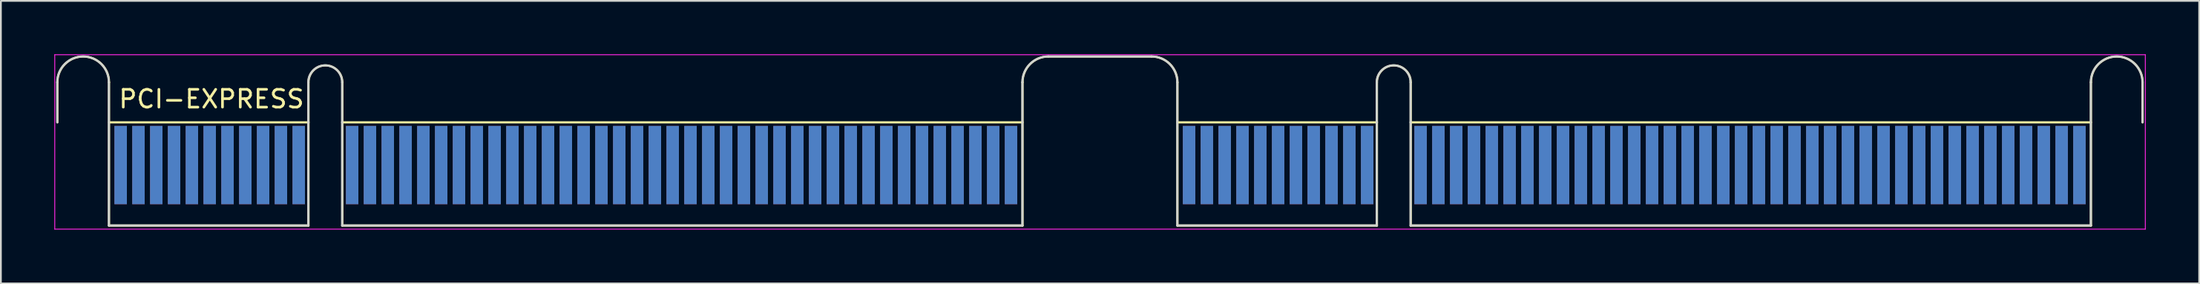
<source format=kicad_pcb>
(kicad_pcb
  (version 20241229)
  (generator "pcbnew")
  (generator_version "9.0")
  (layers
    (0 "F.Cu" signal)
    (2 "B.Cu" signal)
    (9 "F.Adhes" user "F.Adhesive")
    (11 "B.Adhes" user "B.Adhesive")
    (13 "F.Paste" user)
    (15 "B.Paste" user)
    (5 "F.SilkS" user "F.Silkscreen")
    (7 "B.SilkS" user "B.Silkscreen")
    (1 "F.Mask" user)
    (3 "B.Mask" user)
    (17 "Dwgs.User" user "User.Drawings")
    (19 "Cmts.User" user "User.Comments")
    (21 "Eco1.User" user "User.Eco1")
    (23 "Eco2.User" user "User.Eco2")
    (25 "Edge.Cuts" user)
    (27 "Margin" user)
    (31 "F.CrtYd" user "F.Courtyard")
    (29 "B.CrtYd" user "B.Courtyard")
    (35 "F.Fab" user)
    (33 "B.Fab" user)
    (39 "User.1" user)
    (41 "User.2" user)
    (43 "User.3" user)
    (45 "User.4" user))
  (footprint "PCI-EXPRESS"
    (layer "F.Cu")
    (at 15.225 9.625)
    (property "Reference" "PCI-EXPRESS" (at -6.4 -7.11 0) (layer "F.SilkS") (effects (font (size 1 1) (thickness 0.15))))
    (attr through_hole)
    (fp_line (start -15.05 -8.05) (end -15.05 -5.8) (stroke (width 0.12) (type solid)) (layer "F.SilkS"))
    (fp_line (start -12.15 -5.8) (end -0.95 -5.8) (stroke (width 0.12) (type solid)) (layer "F.SilkS"))
    (fp_line (start -12.15 0) (end -12.15 -8.05) (stroke (width 0.12) (type solid)) (layer "F.SilkS"))
    (fp_line (start -0.95 -5.8) (end -0.95 -8.05) (stroke (width 0.12) (type solid)) (layer "F.SilkS"))
    (fp_line (start -0.95 -5.8) (end -0.95 0) (stroke (width 0.12) (type solid)) (layer "F.SilkS"))
    (fp_line (start -0.95 0) (end -12.15 0) (stroke (width 0.12) (type solid)) (layer "F.SilkS"))
    (fp_line (start 0.95 -8.05) (end 0.95 -5.8) (stroke (width 0.12) (type solid)) (layer "F.SilkS"))
    (fp_line (start 0.95 -5.8) (end 0.95 0) (stroke (width 0.12) (type solid)) (layer "F.SilkS"))
    (fp_line (start 0.95 0) (end 39.15 0) (stroke (width 0.12) (type solid)) (layer "F.SilkS"))
    (fp_line (start 39.15 -8.05) (end 39.15 0) (stroke (width 0.12) (type solid)) (layer "F.SilkS"))
    (fp_line (start 39.15 -5.8) (end 0.95 -5.8) (stroke (width 0.12) (type solid)) (layer "F.SilkS"))
    (fp_line (start 40.6 -9.5) (end 46.4 -9.5) (stroke (width 0.12) (type solid)) (layer "F.SilkS"))
    (fp_line (start 47.85 -5.8) (end 59.05 -5.8) (stroke (width 0.12) (type solid)) (layer "F.SilkS"))
    (fp_line (start 47.85 0) (end 47.85 -8.05) (stroke (width 0.12) (type solid)) (layer "F.SilkS"))
    (fp_line (start 59.05 -5.8) (end 59.05 -8.05) (stroke (width 0.12) (type solid)) (layer "F.SilkS"))
    (fp_line (start 59.05 -5.8) (end 59.05 0) (stroke (width 0.12) (type solid)) (layer "F.SilkS"))
    (fp_line (start 59.05 0) (end 47.85 0) (stroke (width 0.12) (type solid)) (layer "F.SilkS"))
    (fp_line (start 60.95 -8.05) (end 60.95 -5.8) (stroke (width 0.12) (type solid)) (layer "F.SilkS"))
    (fp_line (start 60.95 -5.8) (end 60.95 0) (stroke (width 0.12) (type solid)) (layer "F.SilkS"))
    (fp_line (start 60.95 0) (end 99.15 0) (stroke (width 0.12) (type solid)) (layer "F.SilkS"))
    (fp_line (start 99.15 -8.05) (end 99.15 0) (stroke (width 0.12) (type solid)) (layer "F.SilkS"))
    (fp_line (start 99.15 -5.8) (end 60.95 -5.8) (stroke (width 0.12) (type solid)) (layer "F.SilkS"))
    (fp_line (start 102.05 -8.05) (end 102.05 -5.8) (stroke (width 0.12) (type solid)) (layer "F.SilkS"))
    (fp_arc (start -15.05 -8.05) (mid -13.6 -9.5) (end -12.15 -8.05) (stroke (width 0.12) (type solid)) (layer "F.SilkS"))
    (fp_arc (start -0.95 -8.05) (mid 0 -9) (end 0.95 -8.05) (stroke (width 0.12) (type solid)) (layer "F.SilkS"))
    (fp_arc (start 39.15 -8.05) (mid 39.574695 -9.075305) (end 40.6 -9.5) (stroke (width 0.12) (type solid)) (layer "F.SilkS"))
    (fp_arc (start 46.4 -9.5) (mid 47.425305 -9.075305) (end 47.85 -8.05) (stroke (width 0.12) (type solid)) (layer "F.SilkS"))
    (fp_arc (start 59.05 -8.05) (mid 60 -9) (end 60.95 -8.05) (stroke (width 0.12) (type solid)) (layer "F.SilkS"))
    (fp_arc (start 99.15 -8.05) (mid 100.6 -9.5) (end 102.05 -8.05) (stroke (width 0.12) (type solid)) (layer "F.SilkS"))
    (fp_line (start -15.063 -8.052) (end -15.063 -5.802) (stroke (width 0.12) (type solid)) (layer "Edge.Cuts"))
    (fp_line (start -12.163 -0.002) (end -12.163 -8.052) (stroke (width 0.12) (type solid)) (layer "Edge.Cuts"))
    (fp_line (start -0.963 -5.802) (end -0.963 -8.052) (stroke (width 0.12) (type solid)) (layer "Edge.Cuts"))
    (fp_line (start -0.963 -5.802) (end -0.963 -0.002) (stroke (width 0.12) (type solid)) (layer "Edge.Cuts"))
    (fp_line (start -0.963 -0.002) (end -12.163 -0.002) (stroke (width 0.12) (type solid)) (layer "Edge.Cuts"))
    (fp_line (start 0.937 -8.052) (end 0.937 -5.802) (stroke (width 0.12) (type solid)) (layer "Edge.Cuts"))
    (fp_line (start 0.937 -5.802) (end 0.937 -0.002) (stroke (width 0.12) (type solid)) (layer "Edge.Cuts"))
    (fp_line (start 0.937 -0.002) (end 39.137 -0.002) (stroke (width 0.12) (type solid)) (layer "Edge.Cuts"))
    (fp_line (start 39.137 -8.052) (end 39.137 -0.002) (stroke (width 0.12) (type solid)) (layer "Edge.Cuts"))
    (fp_line (start 40.587 -9.502) (end 46.387 -9.502) (stroke (width 0.12) (type solid)) (layer "Edge.Cuts"))
    (fp_line (start 47.837 -0.002) (end 47.837 -8.052) (stroke (width 0.12) (type solid)) (layer "Edge.Cuts"))
    (fp_line (start 59.037 -5.802) (end 59.037 -8.052) (stroke (width 0.12) (type solid)) (layer "Edge.Cuts"))
    (fp_line (start 59.037 -5.802) (end 59.037 -0.002) (stroke (width 0.12) (type solid)) (layer "Edge.Cuts"))
    (fp_line (start 59.037 -0.002) (end 47.837 -0.002) (stroke (width 0.12) (type solid)) (layer "Edge.Cuts"))
    (fp_line (start 60.937 -8.052) (end 60.937 -5.802) (stroke (width 0.12) (type solid)) (layer "Edge.Cuts"))
    (fp_line (start 60.937 -5.802) (end 60.937 -0.002) (stroke (width 0.12) (type solid)) (layer "Edge.Cuts"))
    (fp_line (start 60.937 -0.002) (end 99.137 -0.002) (stroke (width 0.12) (type solid)) (layer "Edge.Cuts"))
    (fp_line (start 99.137 -8.052) (end 99.137 -0.002) (stroke (width 0.12) (type solid)) (layer "Edge.Cuts"))
    (fp_line (start 102.037 -8.052) (end 102.037 -5.802) (stroke (width 0.12) (type solid)) (layer "Edge.Cuts"))
    (fp_arc (start -15.062753 -8.05177) (mid -13.612753 -9.50177) (end -12.162753 -8.05177) (stroke (width 0.12) (type solid)) (layer "Edge.Cuts"))
    (fp_arc (start -0.962753 -8.05177) (mid -0.012753 -9.00177) (end 0.937247 -8.05177) (stroke (width 0.12) (type solid)) (layer "Edge.Cuts"))
    (fp_arc (start 39.137247 -8.05177) (mid 39.561942 -9.077075) (end 40.587247 -9.50177) (stroke (width 0.12) (type solid)) (layer "Edge.Cuts"))
    (fp_arc (start 46.387247 -9.50177) (mid 47.412552 -9.077075) (end 47.837247 -8.05177) (stroke (width 0.12) (type solid)) (layer "Edge.Cuts"))
    (fp_arc (start 59.037247 -8.05177) (mid 59.987247 -9.00177) (end 60.937247 -8.05177) (stroke (width 0.12) (type solid)) (layer "Edge.Cuts"))
    (fp_arc (start 99.137247 -8.05177) (mid 100.587247 -9.50177) (end 102.037247 -8.05177) (stroke (width 0.12) (type solid)) (layer "Edge.Cuts"))
    (fp_line (start -15.2 -9.6) (end -15.2 0.2) (stroke (width 0.05) (type solid)) (layer "F.CrtYd"))
    (fp_line (start -15.2 -9.6) (end 102.2 -9.6) (stroke (width 0.05) (type solid)) (layer "F.CrtYd"))
    (fp_line (start 102.2 0.2) (end -15.2 0.2) (stroke (width 0.05) (type solid)) (layer "F.CrtYd"))
    (fp_line (start 102.2 0.2) (end 102.2 -9.6) (stroke (width 0.05) (type solid)) (layer "F.CrtYd"))
    (pad "1" connect rect (at -11.5 -3.4) (size 0.7 4.4) (layers "F.Cu" "F.Mask"))
    (pad "2" connect rect (at -10.5 -3.4) (size 0.7 4.4) (layers "F.Cu" "F.Mask"))
    (pad "3" connect rect (at -9.5 -3.4) (size 0.7 4.4) (layers "F.Cu" "F.Mask"))
    (pad "4" connect rect (at -8.5 -3.4) (size 0.7 4.4) (layers "F.Cu" "F.Mask"))
    (pad "5" connect rect (at -7.5 -3.4) (size 0.7 4.4) (layers "F.Cu" "F.Mask"))
    (pad "6" connect rect (at -6.5 -3.4) (size 0.7 4.4) (layers "F.Cu" "F.Mask"))
    (pad "7" connect rect (at -5.5 -3.4) (size 0.7 4.4) (layers "F.Cu" "F.Mask"))
    (pad "8" connect rect (at -4.5 -3.4) (size 0.7 4.4) (layers "F.Cu" "F.Mask"))
    (pad "9" connect rect (at -3.5 -3.4) (size 0.7 4.4) (layers "F.Cu" "F.Mask"))
    (pad "10" connect rect (at -2.5 -3.4) (size 0.7 4.4) (layers "F.Cu" "F.Mask"))
    (pad "11" connect rect (at -1.5 -3.4) (size 0.7 4.4) (layers "F.Cu" "F.Mask"))
    (pad "12" connect rect (at 1.5 -3.4) (size 0.7 4.4) (layers "F.Cu" "F.Mask"))
    (pad "13" connect rect (at 2.5 -3.4) (size 0.7 4.4) (layers "F.Cu" "F.Mask"))
    (pad "14" connect rect (at 3.5 -3.4) (size 0.7 4.4) (layers "F.Cu" "F.Mask"))
    (pad "15" connect rect (at 4.5 -3.4) (size 0.7 4.4) (layers "F.Cu" "F.Mask"))
    (pad "16" connect rect (at 5.5 -3.4) (size 0.7 4.4) (layers "F.Cu" "F.Mask"))
    (pad "17" connect rect (at 6.5 -3.4) (size 0.7 4.4) (layers "F.Cu" "F.Mask"))
    (pad "18" connect rect (at 7.5 -3.4) (size 0.7 4.4) (layers "F.Cu" "F.Mask"))
    (pad "19" connect rect (at 8.5 -3.4) (size 0.7 4.4) (layers "F.Cu" "F.Mask"))
    (pad "20" connect rect (at 9.5 -3.4) (size 0.7 4.4) (layers "F.Cu" "F.Mask"))
    (pad "21" connect rect (at 10.5 -3.4) (size 0.7 4.4) (layers "F.Cu" "F.Mask"))
    (pad "22" connect rect (at 11.5 -3.4) (size 0.7 4.4) (layers "F.Cu" "F.Mask"))
    (pad "23" connect rect (at 12.5 -3.4) (size 0.7 4.4) (layers "F.Cu" "F.Mask"))
    (pad "24" connect rect (at 13.5 -3.4) (size 0.7 4.4) (layers "F.Cu" "F.Mask"))
    (pad "25" connect rect (at 14.5 -3.4) (size 0.7 4.4) (layers "F.Cu" "F.Mask"))
    (pad "26" connect rect (at 15.5 -3.4) (size 0.7 4.4) (layers "F.Cu" "F.Mask"))
    (pad "27" connect rect (at 16.5 -3.4) (size 0.7 4.4) (layers "F.Cu" "F.Mask"))
    (pad "28" connect rect (at 17.5 -3.4) (size 0.7 4.4) (layers "F.Cu" "F.Mask"))
    (pad "29" connect rect (at 18.5 -3.4) (size 0.7 4.4) (layers "F.Cu" "F.Mask"))
    (pad "30" connect rect (at 19.5 -3.4) (size 0.7 4.4) (layers "F.Cu" "F.Mask"))
    (pad "31" connect rect (at 20.5 -3.4) (size 0.7 4.4) (layers "F.Cu" "F.Mask"))
    (pad "32" connect rect (at 21.5 -3.4) (size 0.7 4.4) (layers "F.Cu" "F.Mask"))
    (pad "33" connect rect (at 22.5 -3.4) (size 0.7 4.4) (layers "F.Cu" "F.Mask"))
    (pad "34" connect rect (at 23.5 -3.4) (size 0.7 4.4) (layers "F.Cu" "F.Mask"))
    (pad "35" connect rect (at 24.5 -3.4) (size 0.7 4.4) (layers "F.Cu" "F.Mask"))
    (pad "36" connect rect (at 25.5 -3.4) (size 0.7 4.4) (layers "F.Cu" "F.Mask"))
    (pad "37" connect rect (at 26.5 -3.4) (size 0.7 4.4) (layers "F.Cu" "F.Mask"))
    (pad "38" connect rect (at 27.5 -3.4) (size 0.7 4.4) (layers "F.Cu" "F.Mask"))
    (pad "39" connect rect (at 28.5 -3.4) (size 0.7 4.4) (layers "F.Cu" "F.Mask"))
    (pad "40" connect rect (at 29.5 -3.4) (size 0.7 4.4) (layers "F.Cu" "F.Mask"))
    (pad "41" connect rect (at 30.5 -3.4) (size 0.7 4.4) (layers "F.Cu" "F.Mask"))
    (pad "42" connect rect (at 31.5 -3.4) (size 0.7 4.4) (layers "F.Cu" "F.Mask"))
    (pad "43" connect rect (at 32.5 -3.4) (size 0.7 4.4) (layers "F.Cu" "F.Mask"))
    (pad "44" connect rect (at 33.5 -3.4) (size 0.7 4.4) (layers "F.Cu" "F.Mask"))
    (pad "45" connect rect (at 34.5 -3.4) (size 0.7 4.4) (layers "F.Cu" "F.Mask"))
    (pad "46" connect rect (at 35.5 -3.4) (size 0.7 4.4) (layers "F.Cu" "F.Mask"))
    (pad "47" connect rect (at 36.5 -3.4) (size 0.7 4.4) (layers "F.Cu" "F.Mask"))
    (pad "48" connect rect (at 37.5 -3.4) (size 0.7 4.4) (layers "F.Cu" "F.Mask"))
    (pad "49" connect rect (at 38.5 -3.4) (size 0.7 4.4) (layers "F.Cu" "F.Mask"))
    (pad "50" connect rect (at 48.5 -3.4) (size 0.7 4.4) (layers "F.Cu" "F.Mask"))
    (pad "51" connect rect (at 49.5 -3.4) (size 0.7 4.4) (layers "F.Cu" "F.Mask"))
    (pad "52" connect rect (at 50.5 -3.4) (size 0.7 4.4) (layers "F.Cu" "F.Mask"))
    (pad "53" connect rect (at 51.5 -3.4) (size 0.7 4.4) (layers "F.Cu" "F.Mask"))
    (pad "54" connect rect (at 52.5 -3.4) (size 0.7 4.4) (layers "F.Cu" "F.Mask"))
    (pad "55" connect rect (at 53.5 -3.4) (size 0.7 4.4) (layers "F.Cu" "F.Mask"))
    (pad "56" connect rect (at 54.5 -3.4) (size 0.7 4.4) (layers "F.Cu" "F.Mask"))
    (pad "57" connect rect (at 55.5 -3.4) (size 0.7 4.4) (layers "F.Cu" "F.Mask"))
    (pad "58" connect rect (at 56.5 -3.4) (size 0.7 4.4) (layers "F.Cu" "F.Mask"))
    (pad "59" connect rect (at 57.5 -3.4) (size 0.7 4.4) (layers "F.Cu" "F.Mask"))
    (pad "60" connect rect (at 58.5 -3.4) (size 0.7 4.4) (layers "F.Cu" "F.Mask"))
    (pad "61" connect rect (at 61.5 -3.4) (size 0.7 4.4) (layers "F.Cu" "F.Mask"))
    (pad "62" connect rect (at 62.5 -3.4) (size 0.7 4.4) (layers "F.Cu" "F.Mask"))
    (pad "63" connect rect (at 63.5 -3.4) (size 0.7 4.4) (layers "F.Cu" "F.Mask"))
    (pad "64" connect rect (at 64.5 -3.4) (size 0.7 4.4) (layers "F.Cu" "F.Mask"))
    (pad "65" connect rect (at 65.5 -3.4) (size 0.7 4.4) (layers "F.Cu" "F.Mask"))
    (pad "66" connect rect (at 66.5 -3.4) (size 0.7 4.4) (layers "F.Cu" "F.Mask"))
    (pad "67" connect rect (at 67.5 -3.4) (size 0.7 4.4) (layers "F.Cu" "F.Mask"))
    (pad "68" connect rect (at 68.5 -3.4) (size 0.7 4.4) (layers "F.Cu" "F.Mask"))
    (pad "69" connect rect (at 69.5 -3.4) (size 0.7 4.4) (layers "F.Cu" "F.Mask"))
    (pad "70" connect rect (at 70.5 -3.4) (size 0.7 4.4) (layers "F.Cu" "F.Mask"))
    (pad "71" connect rect (at 71.5 -3.4) (size 0.7 4.4) (layers "F.Cu" "F.Mask"))
    (pad "72" connect rect (at 72.5 -3.4) (size 0.7 4.4) (layers "F.Cu" "F.Mask"))
    (pad "73" connect rect (at 73.5 -3.4) (size 0.7 4.4) (layers "F.Cu" "F.Mask"))
    (pad "74" connect rect (at 74.5 -3.4) (size 0.7 4.4) (layers "F.Cu" "F.Mask"))
    (pad "75" connect rect (at 75.5 -3.4) (size 0.7 4.4) (layers "F.Cu" "F.Mask"))
    (pad "76" connect rect (at 76.5 -3.4) (size 0.7 4.4) (layers "F.Cu" "F.Mask"))
    (pad "77" connect rect (at 77.5 -3.4) (size 0.7 4.4) (layers "F.Cu" "F.Mask"))
    (pad "78" connect rect (at 78.5 -3.4) (size 0.7 4.4) (layers "F.Cu" "F.Mask"))
    (pad "79" connect rect (at 79.5 -3.4) (size 0.7 4.4) (layers "F.Cu" "F.Mask"))
    (pad "80" connect rect (at 80.5 -3.4) (size 0.7 4.4) (layers "F.Cu" "F.Mask"))
    (pad "81" connect rect (at 81.5 -3.4) (size 0.7 4.4) (layers "F.Cu" "F.Mask"))
    (pad "82" connect rect (at 82.5 -3.4) (size 0.7 4.4) (layers "F.Cu" "F.Mask"))
    (pad "83" connect rect (at 83.5 -3.4) (size 0.7 4.4) (layers "F.Cu" "F.Mask"))
    (pad "84" connect rect (at 84.5 -3.4) (size 0.7 4.4) (layers "F.Cu" "F.Mask"))
    (pad "85" connect rect (at 85.5 -3.4) (size 0.7 4.4) (layers "F.Cu" "F.Mask"))
    (pad "86" connect rect (at 86.5 -3.4) (size 0.7 4.4) (layers "F.Cu" "F.Mask"))
    (pad "87" connect rect (at 87.5 -3.4) (size 0.7 4.4) (layers "F.Cu" "F.Mask"))
    (pad "88" connect rect (at 88.5 -3.4) (size 0.7 4.4) (layers "F.Cu" "F.Mask"))
    (pad "89" connect rect (at 89.5 -3.4) (size 0.7 4.4) (layers "F.Cu" "F.Mask"))
    (pad "90" connect rect (at 90.5 -3.4) (size 0.7 4.4) (layers "F.Cu" "F.Mask"))
    (pad "91" connect rect (at 91.5 -3.4) (size 0.7 4.4) (layers "F.Cu" "F.Mask"))
    (pad "92" connect rect (at 92.5 -3.4) (size 0.7 4.4) (layers "F.Cu" "F.Mask"))
    (pad "93" connect rect (at 93.5 -3.4) (size 0.7 4.4) (layers "F.Cu" "F.Mask"))
    (pad "94" connect rect (at 94.5 -3.4) (size 0.7 4.4) (layers "F.Cu" "F.Mask"))
    (pad "95" connect rect (at 95.5 -3.4) (size 0.7 4.4) (layers "F.Cu" "F.Mask"))
    (pad "96" connect rect (at 96.5 -3.4) (size 0.7 4.4) (layers "F.Cu" "F.Mask"))
    (pad "97" connect rect (at 97.5 -3.4) (size 0.7 4.4) (layers "F.Cu" "F.Mask"))
    (pad "98" connect rect (at 98.5 -3.4) (size 0.7 4.4) (layers "F.Cu" "F.Mask"))
    (pad "99" connect rect (at -11.5 -3.4) (size 0.7 4.4) (layers "B.Cu" "B.Mask"))
    (pad "100" connect rect (at -10.5 -3.4) (size 0.7 4.4) (layers "B.Cu" "B.Mask"))
    (pad "101" connect rect (at -9.5 -3.4) (size 0.7 4.4) (layers "B.Cu" "B.Mask"))
    (pad "102" connect rect (at -8.5 -3.4) (size 0.7 4.4) (layers "B.Cu" "B.Mask"))
    (pad "103" connect rect (at -7.5 -3.4) (size 0.7 4.4) (layers "B.Cu" "B.Mask"))
    (pad "104" connect rect (at -6.5 -3.4) (size 0.7 4.4) (layers "B.Cu" "B.Mask"))
    (pad "105" connect rect (at -5.5 -3.4) (size 0.7 4.4) (layers "B.Cu" "B.Mask"))
    (pad "106" connect rect (at -4.5 -3.4) (size 0.7 4.4) (layers "B.Cu" "B.Mask"))
    (pad "107" connect rect (at -3.5 -3.4) (size 0.7 4.4) (layers "B.Cu" "B.Mask"))
    (pad "108" connect rect (at -2.5 -3.4) (size 0.7 4.4) (layers "B.Cu" "B.Mask"))
    (pad "109" connect rect (at -1.5 -3.4) (size 0.7 4.4) (layers "B.Cu" "B.Mask"))
    (pad "110" connect rect (at 1.5 -3.4) (size 0.7 4.4) (layers "B.Cu" "B.Mask"))
    (pad "111" connect rect (at 2.5 -3.4) (size 0.7 4.4) (layers "B.Cu" "B.Mask"))
    (pad "112" connect rect (at 3.5 -3.4) (size 0.7 4.4) (layers "B.Cu" "B.Mask"))
    (pad "113" connect rect (at 4.5 -3.4) (size 0.7 4.4) (layers "B.Cu" "B.Mask"))
    (pad "114" connect rect (at 5.5 -3.4) (size 0.7 4.4) (layers "B.Cu" "B.Mask"))
    (pad "115" connect rect (at 6.5 -3.4) (size 0.7 4.4) (layers "B.Cu" "B.Mask"))
    (pad "116" connect rect (at 7.5 -3.4) (size 0.7 4.4) (layers "B.Cu" "B.Mask"))
    (pad "117" connect rect (at 8.5 -3.4) (size 0.7 4.4) (layers "B.Cu" "B.Mask"))
    (pad "118" connect rect (at 9.5 -3.4) (size 0.7 4.4) (layers "B.Cu" "B.Mask"))
    (pad "119" connect rect (at 10.5 -3.4) (size 0.7 4.4) (layers "B.Cu" "B.Mask"))
    (pad "120" connect rect (at 11.5 -3.4) (size 0.7 4.4) (layers "B.Cu" "B.Mask"))
    (pad "121" connect rect (at 12.5 -3.4) (size 0.7 4.4) (layers "B.Cu" "B.Mask"))
    (pad "122" connect rect (at 13.5 -3.4) (size 0.7 4.4) (layers "B.Cu" "B.Mask"))
    (pad "123" connect rect (at 14.5 -3.4) (size 0.7 4.4) (layers "B.Cu" "B.Mask"))
    (pad "124" connect rect (at 15.5 -3.4) (size 0.7 4.4) (layers "B.Cu" "B.Mask"))
    (pad "125" connect rect (at 16.5 -3.4) (size 0.7 4.4) (layers "B.Cu" "B.Mask"))
    (pad "126" connect rect (at 17.5 -3.4) (size 0.7 4.4) (layers "B.Cu" "B.Mask"))
    (pad "127" connect rect (at 18.5 -3.4) (size 0.7 4.4) (layers "B.Cu" "B.Mask"))
    (pad "128" connect rect (at 19.5 -3.4) (size 0.7 4.4) (layers "B.Cu" "B.Mask"))
    (pad "129" connect rect (at 20.5 -3.4) (size 0.7 4.4) (layers "B.Cu" "B.Mask"))
    (pad "130" connect rect (at 21.5 -3.4) (size 0.7 4.4) (layers "B.Cu" "B.Mask"))
    (pad "131" connect rect (at 22.5 -3.4) (size 0.7 4.4) (layers "B.Cu" "B.Mask"))
    (pad "132" connect rect (at 23.5 -3.4) (size 0.7 4.4) (layers "B.Cu" "B.Mask"))
    (pad "133" connect rect (at 24.5 -3.4) (size 0.7 4.4) (layers "B.Cu" "B.Mask"))
    (pad "134" connect rect (at 25.5 -3.4) (size 0.7 4.4) (layers "B.Cu" "B.Mask"))
    (pad "135" connect rect (at 26.5 -3.4) (size 0.7 4.4) (layers "B.Cu" "B.Mask"))
    (pad "136" connect rect (at 27.5 -3.4) (size 0.7 4.4) (layers "B.Cu" "B.Mask"))
    (pad "137" connect rect (at 28.5 -3.4) (size 0.7 4.4) (layers "B.Cu" "B.Mask"))
    (pad "138" connect rect (at 29.5 -3.4) (size 0.7 4.4) (layers "B.Cu" "B.Mask"))
    (pad "139" connect rect (at 30.5 -3.4) (size 0.7 4.4) (layers "B.Cu" "B.Mask"))
    (pad "140" connect rect (at 31.5 -3.4) (size 0.7 4.4) (layers "B.Cu" "B.Mask"))
    (pad "141" connect rect (at 32.5 -3.4) (size 0.7 4.4) (layers "B.Cu" "B.Mask"))
    (pad "142" connect rect (at 33.5 -3.4) (size 0.7 4.4) (layers "B.Cu" "B.Mask"))
    (pad "143" connect rect (at 34.5 -3.4) (size 0.7 4.4) (layers "B.Cu" "B.Mask"))
    (pad "144" connect rect (at 35.5 -3.4) (size 0.7 4.4) (layers "B.Cu" "B.Mask"))
    (pad "145" connect rect (at 36.5 -3.4) (size 0.7 4.4) (layers "B.Cu" "B.Mask"))
    (pad "146" connect rect (at 37.5 -3.4) (size 0.7 4.4) (layers "B.Cu" "B.Mask"))
    (pad "147" connect rect (at 38.5 -3.4) (size 0.7 4.4) (layers "B.Cu" "B.Mask"))
    (pad "148" connect rect (at 48.5 -3.4) (size 0.7 4.4) (layers "B.Cu" "B.Mask"))
    (pad "149" connect rect (at 49.5 -3.4) (size 0.7 4.4) (layers "B.Cu" "B.Mask"))
    (pad "150" connect rect (at 50.5 -3.4) (size 0.7 4.4) (layers "B.Cu" "B.Mask"))
    (pad "151" connect rect (at 51.5 -3.4) (size 0.7 4.4) (layers "B.Cu" "B.Mask"))
    (pad "152" connect rect (at 52.5 -3.4) (size 0.7 4.4) (layers "B.Cu" "B.Mask"))
    (pad "153" connect rect (at 53.5 -3.4) (size 0.7 4.4) (layers "B.Cu" "B.Mask"))
    (pad "154" connect rect (at 54.5 -3.4) (size 0.7 4.4) (layers "B.Cu" "B.Mask"))
    (pad "155" connect rect (at 55.5 -3.4) (size 0.7 4.4) (layers "B.Cu" "B.Mask"))
    (pad "156" connect rect (at 56.5 -3.4) (size 0.7 4.4) (layers "B.Cu" "B.Mask"))
    (pad "157" connect rect (at 57.5 -3.4) (size 0.7 4.4) (layers "B.Cu" "B.Mask"))
    (pad "158" connect rect (at 58.5 -3.4) (size 0.7 4.4) (layers "B.Cu" "B.Mask"))
    (pad "159" connect rect (at 61.5 -3.4) (size 0.7 4.4) (layers "B.Cu" "B.Mask"))
    (pad "160" connect rect (at 62.5 -3.4) (size 0.7 4.4) (layers "B.Cu" "B.Mask"))
    (pad "161" connect rect (at 63.5 -3.4) (size 0.7 4.4) (layers "B.Cu" "B.Mask"))
    (pad "162" connect rect (at 64.5 -3.4) (size 0.7 4.4) (layers "B.Cu" "B.Mask"))
    (pad "163" connect rect (at 65.5 -3.4) (size 0.7 4.4) (layers "B.Cu" "B.Mask"))
    (pad "164" connect rect (at 66.5 -3.4) (size 0.7 4.4) (layers "B.Cu" "B.Mask"))
    (pad "165" connect rect (at 67.5 -3.4) (size 0.7 4.4) (layers "B.Cu" "B.Mask"))
    (pad "166" connect rect (at 68.5 -3.4) (size 0.7 4.4) (layers "B.Cu" "B.Mask"))
    (pad "167" connect rect (at 69.5 -3.4) (size 0.7 4.4) (layers "B.Cu" "B.Mask"))
    (pad "168" connect rect (at 70.5 -3.4) (size 0.7 4.4) (layers "B.Cu" "B.Mask"))
    (pad "169" connect rect (at 71.5 -3.4) (size 0.7 4.4) (layers "B.Cu" "B.Mask"))
    (pad "170" connect rect (at 72.5 -3.4) (size 0.7 4.4) (layers "B.Cu" "B.Mask"))
    (pad "171" connect rect (at 73.5 -3.4) (size 0.7 4.4) (layers "B.Cu" "B.Mask"))
    (pad "172" connect rect (at 74.5 -3.4) (size 0.7 4.4) (layers "B.Cu" "B.Mask"))
    (pad "173" connect rect (at 75.5 -3.4) (size 0.7 4.4) (layers "B.Cu" "B.Mask"))
    (pad "174" connect rect (at 76.5 -3.4) (size 0.7 4.4) (layers "B.Cu" "B.Mask"))
    (pad "175" connect rect (at 77.5 -3.4) (size 0.7 4.4) (layers "B.Cu" "B.Mask"))
    (pad "176" connect rect (at 78.5 -3.4) (size 0.7 4.4) (layers "B.Cu" "B.Mask"))
    (pad "177" connect rect (at 79.5 -3.4) (size 0.7 4.4) (layers "B.Cu" "B.Mask"))
    (pad "178" connect rect (at 80.5 -3.4) (size 0.7 4.4) (layers "B.Cu" "B.Mask"))
    (pad "179" connect rect (at 81.5 -3.4) (size 0.7 4.4) (layers "B.Cu" "B.Mask"))
    (pad "180" connect rect (at 82.5 -3.4) (size 0.7 4.4) (layers "B.Cu" "B.Mask"))
    (pad "181" connect rect (at 83.5 -3.4) (size 0.7 4.4) (layers "B.Cu" "B.Mask"))
    (pad "182" connect rect (at 84.5 -3.4) (size 0.7 4.4) (layers "B.Cu" "B.Mask"))
    (pad "183" connect rect (at 85.5 -3.4) (size 0.7 4.4) (layers "B.Cu" "B.Mask"))
    (pad "184" connect rect (at 86.5 -3.4) (size 0.7 4.4) (layers "B.Cu" "B.Mask"))
    (pad "185" connect rect (at 87.5 -3.4) (size 0.7 4.4) (layers "B.Cu" "B.Mask"))
    (pad "186" connect rect (at 88.5 -3.4) (size 0.7 4.4) (layers "B.Cu" "B.Mask"))
    (pad "187" connect rect (at 89.5 -3.4) (size 0.7 4.4) (layers "B.Cu" "B.Mask"))
    (pad "188" connect rect (at 90.5 -3.4) (size 0.7 4.4) (layers "B.Cu" "B.Mask"))
    (pad "189" connect rect (at 91.5 -3.4) (size 0.7 4.4) (layers "B.Cu" "B.Mask"))
    (pad "190" connect rect (at 92.5 -3.4) (size 0.7 4.4) (layers "B.Cu" "B.Mask"))
    (pad "191" connect rect (at 93.5 -3.4) (size 0.7 4.4) (layers "B.Cu" "B.Mask"))
    (pad "192" connect rect (at 94.5 -3.4) (size 0.7 4.4) (layers "B.Cu" "B.Mask"))
    (pad "193" connect rect (at 95.5 -3.4) (size 0.7 4.4) (layers "B.Cu" "B.Mask"))
    (pad "194" connect rect (at 96.5 -3.4) (size 0.7 4.4) (layers "B.Cu" "B.Mask"))
    (pad "195" connect rect (at 97.5 -3.4) (size 0.7 4.4) (layers "B.Cu" "B.Mask"))
    (pad "196" connect rect (at 98.5 -3.4) (size 0.7 4.4) (layers "B.Cu" "B.Mask")))
  (gr_rect
    (start -3 -3)
    (end 120.45 12.875)
    (stroke (width 0.1) (type default))
    (fill no)
    (layer "Edge.Cuts")))
</source>
